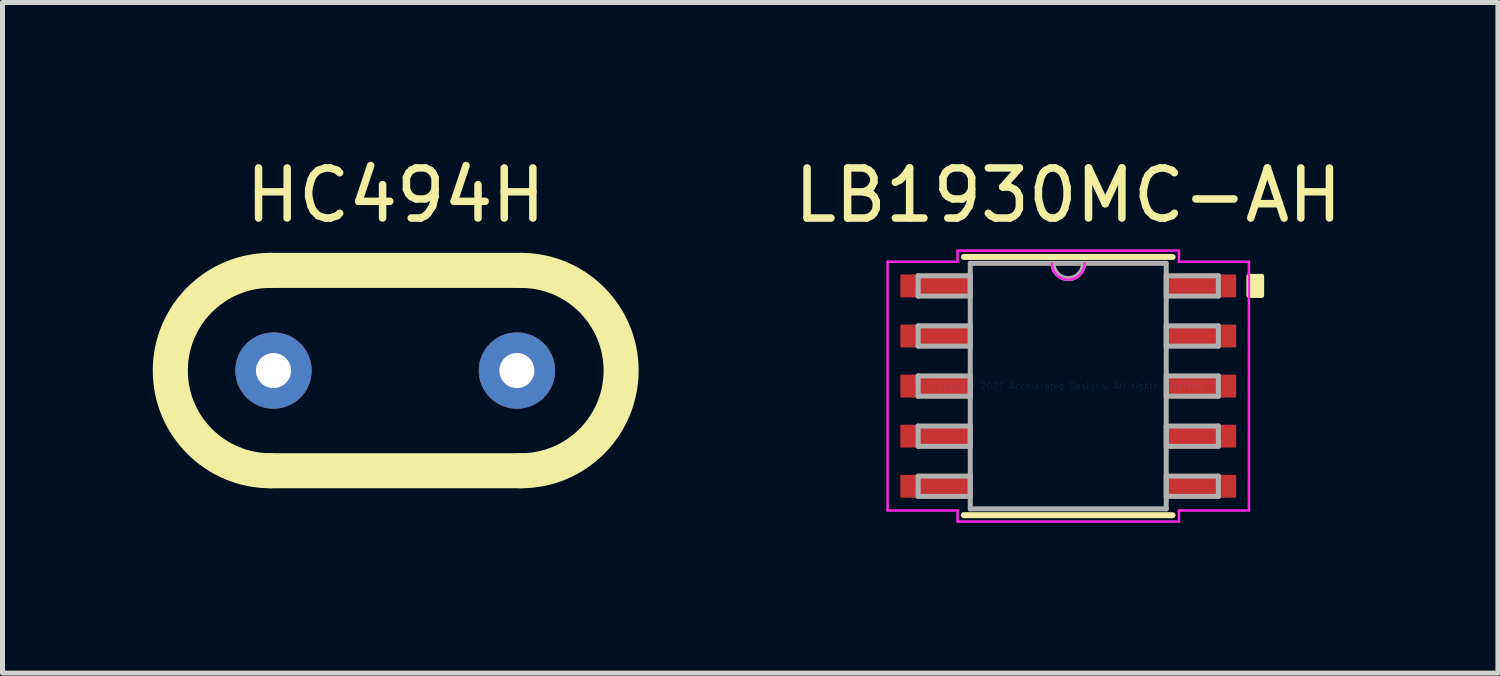
<source format=kicad_pcb>
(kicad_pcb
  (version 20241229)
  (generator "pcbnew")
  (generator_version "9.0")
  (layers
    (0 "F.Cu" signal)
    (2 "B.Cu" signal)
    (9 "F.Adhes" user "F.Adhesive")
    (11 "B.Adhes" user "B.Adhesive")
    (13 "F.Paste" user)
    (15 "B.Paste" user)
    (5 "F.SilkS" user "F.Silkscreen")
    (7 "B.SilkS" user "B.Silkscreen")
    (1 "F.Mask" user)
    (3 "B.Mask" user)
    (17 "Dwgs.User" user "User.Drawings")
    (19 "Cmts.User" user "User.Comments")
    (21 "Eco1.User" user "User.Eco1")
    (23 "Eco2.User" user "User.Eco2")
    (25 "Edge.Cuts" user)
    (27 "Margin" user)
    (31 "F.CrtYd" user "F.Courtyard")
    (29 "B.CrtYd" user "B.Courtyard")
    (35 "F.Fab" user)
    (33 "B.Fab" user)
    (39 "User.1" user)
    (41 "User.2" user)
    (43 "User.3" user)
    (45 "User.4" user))
  (footprint "HC494H"
    (layer "F.Cu")
    (at 4.85 4.348)
    (property "Reference" "HC494H" (at 0 -3.5 0) (layer "F.SilkS") (effects (font (size 1 1) (thickness 0.15))))
    (attr through_hole)
    (fp_line (start -2.5 -2) (end 2.5 -2) (stroke (width 0.7) (type solid)) (layer "F.SilkS"))
    (fp_line (start 2.5 2) (end -2.5 2) (stroke (width 0.7) (type solid)) (layer "F.SilkS"))
    (fp_arc (start -2.5 2) (mid -4.5 0) (end -2.5 -2) (stroke (width 0.7) (type solid)) (layer "F.SilkS"))
    (fp_arc (start 2.5 -2) (mid 4.5 0) (end 2.5 2) (stroke (width 0.7) (type solid)) (layer "F.SilkS"))
    (pad "1" thru_hole circle (at 2.42 0) (size 1.524 1.524) (drill 0.7) (layers "*.Cu" "*.Mask"))
    (pad "2" thru_hole circle (at -2.44 0) (size 1.524 1.524) (drill 0.7) (layers "*.Cu" "*.Mask")))
  (footprint "LB1930MC-AH"
    (layer "F.Cu")
    (at 18.277 4.658)
    (property "Reference" "LB1930MC-AH" (at 0 -3.81 0) (layer "F.SilkS") (effects (font (size 1 1) (thickness 0.15))))
    (attr through_hole)
    (fp_line (start -2.083 2.578) (end 2.083 2.578) (stroke (width 0.12) (type solid)) (layer "F.SilkS"))
    (fp_line (start 2.083 -2.578) (end -2.083 -2.578) (stroke (width 0.12) (type solid)) (layer "F.SilkS"))
    (fp_poly (pts (xy 3.861 -2.191) (xy 3.861 -1.81) (xy 3.607 -1.81) (xy 3.607 -2.191)) (stroke (width 0.1) (type solid)) (fill yes) (layer "F.SilkS"))
    (fp_line (start -3.607 -2.483) (end -2.21 -2.483) (stroke (width 0.05) (type solid)) (layer "F.CrtYd"))
    (fp_line (start -3.607 2.483) (end -3.607 -2.483) (stroke (width 0.05) (type solid)) (layer "F.CrtYd"))
    (fp_line (start -2.21 -2.705) (end 2.21 -2.705) (stroke (width 0.05) (type solid)) (layer "F.CrtYd"))
    (fp_line (start -2.21 -2.483) (end -2.21 -2.705) (stroke (width 0.05) (type solid)) (layer "F.CrtYd"))
    (fp_line (start -2.21 2.483) (end -3.607 2.483) (stroke (width 0.05) (type solid)) (layer "F.CrtYd"))
    (fp_line (start -2.21 2.705) (end -2.21 2.483) (stroke (width 0.05) (type solid)) (layer "F.CrtYd"))
    (fp_line (start 2.21 -2.705) (end 2.21 -2.483) (stroke (width 0.05) (type solid)) (layer "F.CrtYd"))
    (fp_line (start 2.21 -2.483) (end 3.607 -2.483) (stroke (width 0.05) (type solid)) (layer "F.CrtYd"))
    (fp_line (start 2.21 2.483) (end 2.21 2.705) (stroke (width 0.05) (type solid)) (layer "F.CrtYd"))
    (fp_line (start 2.21 2.705) (end -2.21 2.705) (stroke (width 0.05) (type solid)) (layer "F.CrtYd"))
    (fp_line (start 3.607 -2.483) (end 3.607 2.483) (stroke (width 0.05) (type solid)) (layer "F.CrtYd"))
    (fp_line (start 3.607 2.483) (end 2.21 2.483) (stroke (width 0.05) (type solid)) (layer "F.CrtYd"))
    (fp_arc (start 0.325967 -2.4511) (mid 0 -2.125133) (end -0.325967 -2.4511) (stroke (width 0.05) (type solid)) (layer "F.CrtYd"))
    (fp_line (start -2.997 -2.203) (end -2.997 -1.797) (stroke (width 0.1) (type solid)) (layer "F.Fab"))
    (fp_line (start -2.997 -1.797) (end -1.956 -1.797) (stroke (width 0.1) (type solid)) (layer "F.Fab"))
    (fp_line (start -2.997 -1.203) (end -2.997 -0.797) (stroke (width 0.1) (type solid)) (layer "F.Fab"))
    (fp_line (start -2.997 -0.797) (end -1.956 -0.797) (stroke (width 0.1) (type solid)) (layer "F.Fab"))
    (fp_line (start -2.997 -0.203) (end -2.997 0.203) (stroke (width 0.1) (type solid)) (layer "F.Fab"))
    (fp_line (start -2.997 0.203) (end -1.956 0.203) (stroke (width 0.1) (type solid)) (layer "F.Fab"))
    (fp_line (start -2.997 0.797) (end -2.997 1.203) (stroke (width 0.1) (type solid)) (layer "F.Fab"))
    (fp_line (start -2.997 1.203) (end -1.956 1.203) (stroke (width 0.1) (type solid)) (layer "F.Fab"))
    (fp_line (start -2.997 1.797) (end -2.997 2.203) (stroke (width 0.1) (type solid)) (layer "F.Fab"))
    (fp_line (start -2.997 2.203) (end -1.956 2.203) (stroke (width 0.1) (type solid)) (layer "F.Fab"))
    (fp_line (start -1.956 -2.451) (end -1.956 2.451) (stroke (width 0.1) (type solid)) (layer "F.Fab"))
    (fp_line (start -1.956 -2.203) (end -2.997 -2.203) (stroke (width 0.1) (type solid)) (layer "F.Fab"))
    (fp_line (start -1.956 -1.797) (end -1.956 -2.203) (stroke (width 0.1) (type solid)) (layer "F.Fab"))
    (fp_line (start -1.956 -1.203) (end -2.997 -1.203) (stroke (width 0.1) (type solid)) (layer "F.Fab"))
    (fp_line (start -1.956 -0.797) (end -1.956 -1.203) (stroke (width 0.1) (type solid)) (layer "F.Fab"))
    (fp_line (start -1.956 -0.203) (end -2.997 -0.203) (stroke (width 0.1) (type solid)) (layer "F.Fab"))
    (fp_line (start -1.956 0.203) (end -1.956 -0.203) (stroke (width 0.1) (type solid)) (layer "F.Fab"))
    (fp_line (start -1.956 0.797) (end -2.997 0.797) (stroke (width 0.1) (type solid)) (layer "F.Fab"))
    (fp_line (start -1.956 1.203) (end -1.956 0.797) (stroke (width 0.1) (type solid)) (layer "F.Fab"))
    (fp_line (start -1.956 1.797) (end -2.997 1.797) (stroke (width 0.1) (type solid)) (layer "F.Fab"))
    (fp_line (start -1.956 2.203) (end -1.956 1.797) (stroke (width 0.1) (type solid)) (layer "F.Fab"))
    (fp_line (start -1.956 2.451) (end 1.956 2.451) (stroke (width 0.1) (type solid)) (layer "F.Fab"))
    (fp_line (start 1.956 -2.451) (end -1.956 -2.451) (stroke (width 0.1) (type solid)) (layer "F.Fab"))
    (fp_line (start 1.956 -2.203) (end 1.956 -1.797) (stroke (width 0.1) (type solid)) (layer "F.Fab"))
    (fp_line (start 1.956 -1.797) (end 2.997 -1.797) (stroke (width 0.1) (type solid)) (layer "F.Fab"))
    (fp_line (start 1.956 -1.203) (end 1.956 -0.797) (stroke (width 0.1) (type solid)) (layer "F.Fab"))
    (fp_line (start 1.956 -0.797) (end 2.997 -0.797) (stroke (width 0.1) (type solid)) (layer "F.Fab"))
    (fp_line (start 1.956 -0.203) (end 1.956 0.203) (stroke (width 0.1) (type solid)) (layer "F.Fab"))
    (fp_line (start 1.956 0.203) (end 2.997 0.203) (stroke (width 0.1) (type solid)) (layer "F.Fab"))
    (fp_line (start 1.956 0.797) (end 1.956 1.203) (stroke (width 0.1) (type solid)) (layer "F.Fab"))
    (fp_line (start 1.956 1.203) (end 2.997 1.203) (stroke (width 0.1) (type solid)) (layer "F.Fab"))
    (fp_line (start 1.956 1.797) (end 1.956 2.203) (stroke (width 0.1) (type solid)) (layer "F.Fab"))
    (fp_line (start 1.956 2.203) (end 2.997 2.203) (stroke (width 0.1) (type solid)) (layer "F.Fab"))
    (fp_line (start 1.956 2.451) (end 1.956 -2.451) (stroke (width 0.1) (type solid)) (layer "F.Fab"))
    (fp_line (start 2.997 -2.203) (end 1.956 -2.203) (stroke (width 0.1) (type solid)) (layer "F.Fab"))
    (fp_line (start 2.997 -1.797) (end 2.997 -2.203) (stroke (width 0.1) (type solid)) (layer "F.Fab"))
    (fp_line (start 2.997 -1.203) (end 1.956 -1.203) (stroke (width 0.1) (type solid)) (layer "F.Fab"))
    (fp_line (start 2.997 -0.797) (end 2.997 -1.203) (stroke (width 0.1) (type solid)) (layer "F.Fab"))
    (fp_line (start 2.997 -0.203) (end 1.956 -0.203) (stroke (width 0.1) (type solid)) (layer "F.Fab"))
    (fp_line (start 2.997 0.203) (end 2.997 -0.203) (stroke (width 0.1) (type solid)) (layer "F.Fab"))
    (fp_line (start 2.997 0.797) (end 1.956 0.797) (stroke (width 0.1) (type solid)) (layer "F.Fab"))
    (fp_line (start 2.997 1.203) (end 2.997 0.797) (stroke (width 0.1) (type solid)) (layer "F.Fab"))
    (fp_line (start 2.997 1.797) (end 1.956 1.797) (stroke (width 0.1) (type solid)) (layer "F.Fab"))
    (fp_line (start 2.997 2.203) (end 2.997 1.797) (stroke (width 0.1) (type solid)) (layer "F.Fab"))
    (fp_arc (start 0.3048 -2.4511) (mid 0 -2.1463) (end -0.3048 -2.4511) (stroke (width 0.1) (type solid)) (layer "F.Fab"))
    (fp_text user "Copyright 2021 Accelerated Designs. All rights reserved." (at 0 0 0) (layer "Cmts.User") (effects (font (size 0.127 0.127) (thickness 0.002))))
    (pad "1" smd rect (at -2.654 -2) (size 1.397 0.457) (layers "F.Cu" "F.Mask" "F.Paste"))
    (pad "2" smd rect (at -2.654 -1) (size 1.397 0.457) (layers "F.Cu" "F.Mask" "F.Paste"))
    (pad "3" smd rect (at -2.654 0) (size 1.397 0.457) (layers "F.Cu" "F.Mask" "F.Paste"))
    (pad "4" smd rect (at -2.654 1) (size 1.397 0.457) (layers "F.Cu" "F.Mask" "F.Paste"))
    (pad "5" smd rect (at -2.654 2) (size 1.397 0.457) (layers "F.Cu" "F.Mask" "F.Paste"))
    (pad "6" smd rect (at 2.654 2) (size 1.397 0.457) (layers "F.Cu" "F.Mask" "F.Paste"))
    (pad "7" smd rect (at 2.654 1) (size 1.397 0.457) (layers "F.Cu" "F.Mask" "F.Paste"))
    (pad "8" smd rect (at 2.654 0) (size 1.397 0.457) (layers "F.Cu" "F.Mask" "F.Paste"))
    (pad "9" smd rect (at 2.654 -1) (size 1.397 0.457) (layers "F.Cu" "F.Mask" "F.Paste"))
    (pad "10" smd rect (at 2.654 -2) (size 1.397 0.457) (layers "F.Cu" "F.Mask" "F.Paste")))
  (gr_rect
    (start -3 -3)
    (end 26.855 10.388)
    (stroke (width 0.1) (type default))
    (fill no)
    (layer "Edge.Cuts")))
</source>
